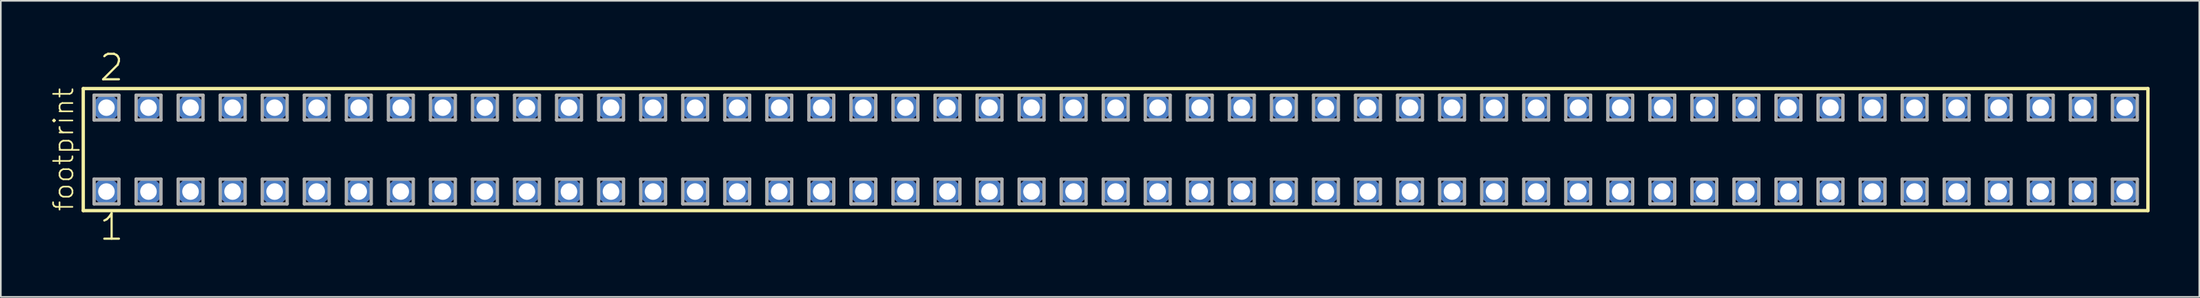
<source format=kicad_pcb>
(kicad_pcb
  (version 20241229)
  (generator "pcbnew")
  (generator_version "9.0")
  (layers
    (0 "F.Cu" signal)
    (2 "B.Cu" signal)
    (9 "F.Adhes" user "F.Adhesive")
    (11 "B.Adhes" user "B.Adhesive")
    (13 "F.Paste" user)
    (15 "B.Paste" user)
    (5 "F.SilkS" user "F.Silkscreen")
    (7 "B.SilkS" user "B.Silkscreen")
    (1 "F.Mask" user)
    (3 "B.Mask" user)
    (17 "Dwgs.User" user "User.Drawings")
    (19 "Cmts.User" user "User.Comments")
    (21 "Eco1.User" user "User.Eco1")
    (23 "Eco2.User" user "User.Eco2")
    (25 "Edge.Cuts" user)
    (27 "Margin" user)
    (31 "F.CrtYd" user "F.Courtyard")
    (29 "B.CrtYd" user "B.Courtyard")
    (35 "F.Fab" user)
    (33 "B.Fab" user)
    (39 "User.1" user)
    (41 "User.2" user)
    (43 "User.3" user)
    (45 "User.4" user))
  (footprint "footprint"
    (layer "F.Cu")
    (at 64.338 6.009)
    (property "Reference" "footprint" (at -62.865 3.81 90) (layer "F.SilkS") (effects (font (size 1.168 1.168) (thickness 0.102)) (justify left bottom)))
    (fp_line (start -62.359 -3.695) (end 62.359 -3.695) (stroke (width 0.203) (type solid)) (layer "F.SilkS"))
    (fp_line (start -62.359 3.695) (end -62.359 -3.695) (stroke (width 0.203) (type solid)) (layer "F.SilkS"))
    (fp_line (start 62.359 -3.695) (end 62.359 3.695) (stroke (width 0.203) (type solid)) (layer "F.SilkS"))
    (fp_line (start 62.359 3.695) (end -62.359 3.695) (stroke (width 0.203) (type solid)) (layer "F.SilkS"))
    (fp_line (start -61.705 -3.295) (end -60.205 -3.295) (stroke (width 0.203) (type solid)) (layer "F.Fab"))
    (fp_line (start -61.705 -1.795) (end -61.705 -3.295) (stroke (width 0.203) (type solid)) (layer "F.Fab"))
    (fp_line (start -61.705 1.785) (end -60.205 1.785) (stroke (width 0.203) (type solid)) (layer "F.Fab"))
    (fp_line (start -61.705 3.285) (end -61.705 1.785) (stroke (width 0.203) (type solid)) (layer "F.Fab"))
    (fp_line (start -60.205 -3.295) (end -60.205 -1.795) (stroke (width 0.203) (type solid)) (layer "F.Fab"))
    (fp_line (start -60.205 -1.795) (end -61.705 -1.795) (stroke (width 0.203) (type solid)) (layer "F.Fab"))
    (fp_line (start -60.205 1.785) (end -60.205 3.285) (stroke (width 0.203) (type solid)) (layer "F.Fab"))
    (fp_line (start -60.205 3.285) (end -61.705 3.285) (stroke (width 0.203) (type solid)) (layer "F.Fab"))
    (fp_line (start -59.165 -3.295) (end -57.665 -3.295) (stroke (width 0.203) (type solid)) (layer "F.Fab"))
    (fp_line (start -59.165 -1.795) (end -59.165 -3.295) (stroke (width 0.203) (type solid)) (layer "F.Fab"))
    (fp_line (start -59.165 1.785) (end -57.665 1.785) (stroke (width 0.203) (type solid)) (layer "F.Fab"))
    (fp_line (start -59.165 3.285) (end -59.165 1.785) (stroke (width 0.203) (type solid)) (layer "F.Fab"))
    (fp_line (start -57.665 -3.295) (end -57.665 -1.795) (stroke (width 0.203) (type solid)) (layer "F.Fab"))
    (fp_line (start -57.665 -1.795) (end -59.165 -1.795) (stroke (width 0.203) (type solid)) (layer "F.Fab"))
    (fp_line (start -57.665 1.785) (end -57.665 3.285) (stroke (width 0.203) (type solid)) (layer "F.Fab"))
    (fp_line (start -57.665 3.285) (end -59.165 3.285) (stroke (width 0.203) (type solid)) (layer "F.Fab"))
    (fp_line (start -56.625 -3.295) (end -55.125 -3.295) (stroke (width 0.203) (type solid)) (layer "F.Fab"))
    (fp_line (start -56.625 -1.795) (end -56.625 -3.295) (stroke (width 0.203) (type solid)) (layer "F.Fab"))
    (fp_line (start -56.625 1.785) (end -55.125 1.785) (stroke (width 0.203) (type solid)) (layer "F.Fab"))
    (fp_line (start -56.625 3.285) (end -56.625 1.785) (stroke (width 0.203) (type solid)) (layer "F.Fab"))
    (fp_line (start -55.125 -3.295) (end -55.125 -1.795) (stroke (width 0.203) (type solid)) (layer "F.Fab"))
    (fp_line (start -55.125 -1.795) (end -56.625 -1.795) (stroke (width 0.203) (type solid)) (layer "F.Fab"))
    (fp_line (start -55.125 1.785) (end -55.125 3.285) (stroke (width 0.203) (type solid)) (layer "F.Fab"))
    (fp_line (start -55.125 3.285) (end -56.625 3.285) (stroke (width 0.203) (type solid)) (layer "F.Fab"))
    (fp_line (start -54.085 -3.295) (end -52.585 -3.295) (stroke (width 0.203) (type solid)) (layer "F.Fab"))
    (fp_line (start -54.085 -1.795) (end -54.085 -3.295) (stroke (width 0.203) (type solid)) (layer "F.Fab"))
    (fp_line (start -54.085 1.785) (end -52.585 1.785) (stroke (width 0.203) (type solid)) (layer "F.Fab"))
    (fp_line (start -54.085 3.285) (end -54.085 1.785) (stroke (width 0.203) (type solid)) (layer "F.Fab"))
    (fp_line (start -52.585 -3.295) (end -52.585 -1.795) (stroke (width 0.203) (type solid)) (layer "F.Fab"))
    (fp_line (start -52.585 -1.795) (end -54.085 -1.795) (stroke (width 0.203) (type solid)) (layer "F.Fab"))
    (fp_line (start -52.585 1.785) (end -52.585 3.285) (stroke (width 0.203) (type solid)) (layer "F.Fab"))
    (fp_line (start -52.585 3.285) (end -54.085 3.285) (stroke (width 0.203) (type solid)) (layer "F.Fab"))
    (fp_line (start -51.545 -3.295) (end -50.045 -3.295) (stroke (width 0.203) (type solid)) (layer "F.Fab"))
    (fp_line (start -51.545 -1.795) (end -51.545 -3.295) (stroke (width 0.203) (type solid)) (layer "F.Fab"))
    (fp_line (start -51.545 1.785) (end -50.045 1.785) (stroke (width 0.203) (type solid)) (layer "F.Fab"))
    (fp_line (start -51.545 3.285) (end -51.545 1.785) (stroke (width 0.203) (type solid)) (layer "F.Fab"))
    (fp_line (start -50.045 -3.295) (end -50.045 -1.795) (stroke (width 0.203) (type solid)) (layer "F.Fab"))
    (fp_line (start -50.045 -1.795) (end -51.545 -1.795) (stroke (width 0.203) (type solid)) (layer "F.Fab"))
    (fp_line (start -50.045 1.785) (end -50.045 3.285) (stroke (width 0.203) (type solid)) (layer "F.Fab"))
    (fp_line (start -50.045 3.285) (end -51.545 3.285) (stroke (width 0.203) (type solid)) (layer "F.Fab"))
    (fp_line (start -49.005 -3.295) (end -47.505 -3.295) (stroke (width 0.203) (type solid)) (layer "F.Fab"))
    (fp_line (start -49.005 -1.795) (end -49.005 -3.295) (stroke (width 0.203) (type solid)) (layer "F.Fab"))
    (fp_line (start -49.005 1.785) (end -47.505 1.785) (stroke (width 0.203) (type solid)) (layer "F.Fab"))
    (fp_line (start -49.005 3.285) (end -49.005 1.785) (stroke (width 0.203) (type solid)) (layer "F.Fab"))
    (fp_line (start -47.505 -3.295) (end -47.505 -1.795) (stroke (width 0.203) (type solid)) (layer "F.Fab"))
    (fp_line (start -47.505 -1.795) (end -49.005 -1.795) (stroke (width 0.203) (type solid)) (layer "F.Fab"))
    (fp_line (start -47.505 1.785) (end -47.505 3.285) (stroke (width 0.203) (type solid)) (layer "F.Fab"))
    (fp_line (start -47.505 3.285) (end -49.005 3.285) (stroke (width 0.203) (type solid)) (layer "F.Fab"))
    (fp_line (start -46.465 -3.295) (end -44.965 -3.295) (stroke (width 0.203) (type solid)) (layer "F.Fab"))
    (fp_line (start -46.465 -1.795) (end -46.465 -3.295) (stroke (width 0.203) (type solid)) (layer "F.Fab"))
    (fp_line (start -46.465 1.785) (end -44.965 1.785) (stroke (width 0.203) (type solid)) (layer "F.Fab"))
    (fp_line (start -46.465 3.285) (end -46.465 1.785) (stroke (width 0.203) (type solid)) (layer "F.Fab"))
    (fp_line (start -44.965 -3.295) (end -44.965 -1.795) (stroke (width 0.203) (type solid)) (layer "F.Fab"))
    (fp_line (start -44.965 -1.795) (end -46.465 -1.795) (stroke (width 0.203) (type solid)) (layer "F.Fab"))
    (fp_line (start -44.965 1.785) (end -44.965 3.285) (stroke (width 0.203) (type solid)) (layer "F.Fab"))
    (fp_line (start -44.965 3.285) (end -46.465 3.285) (stroke (width 0.203) (type solid)) (layer "F.Fab"))
    (fp_line (start -43.925 -3.295) (end -42.425 -3.295) (stroke (width 0.203) (type solid)) (layer "F.Fab"))
    (fp_line (start -43.925 -1.795) (end -43.925 -3.295) (stroke (width 0.203) (type solid)) (layer "F.Fab"))
    (fp_line (start -43.925 1.785) (end -42.425 1.785) (stroke (width 0.203) (type solid)) (layer "F.Fab"))
    (fp_line (start -43.925 3.285) (end -43.925 1.785) (stroke (width 0.203) (type solid)) (layer "F.Fab"))
    (fp_line (start -42.425 -3.295) (end -42.425 -1.795) (stroke (width 0.203) (type solid)) (layer "F.Fab"))
    (fp_line (start -42.425 -1.795) (end -43.925 -1.795) (stroke (width 0.203) (type solid)) (layer "F.Fab"))
    (fp_line (start -42.425 1.785) (end -42.425 3.285) (stroke (width 0.203) (type solid)) (layer "F.Fab"))
    (fp_line (start -42.425 3.285) (end -43.925 3.285) (stroke (width 0.203) (type solid)) (layer "F.Fab"))
    (fp_line (start -41.385 -3.295) (end -39.885 -3.295) (stroke (width 0.203) (type solid)) (layer "F.Fab"))
    (fp_line (start -41.385 -1.795) (end -41.385 -3.295) (stroke (width 0.203) (type solid)) (layer "F.Fab"))
    (fp_line (start -41.385 1.785) (end -39.885 1.785) (stroke (width 0.203) (type solid)) (layer "F.Fab"))
    (fp_line (start -41.385 3.285) (end -41.385 1.785) (stroke (width 0.203) (type solid)) (layer "F.Fab"))
    (fp_line (start -39.885 -3.295) (end -39.885 -1.795) (stroke (width 0.203) (type solid)) (layer "F.Fab"))
    (fp_line (start -39.885 -1.795) (end -41.385 -1.795) (stroke (width 0.203) (type solid)) (layer "F.Fab"))
    (fp_line (start -39.885 1.785) (end -39.885 3.285) (stroke (width 0.203) (type solid)) (layer "F.Fab"))
    (fp_line (start -39.885 3.285) (end -41.385 3.285) (stroke (width 0.203) (type solid)) (layer "F.Fab"))
    (fp_line (start -38.845 -3.295) (end -37.345 -3.295) (stroke (width 0.203) (type solid)) (layer "F.Fab"))
    (fp_line (start -38.845 -1.795) (end -38.845 -3.295) (stroke (width 0.203) (type solid)) (layer "F.Fab"))
    (fp_line (start -38.845 1.785) (end -37.345 1.785) (stroke (width 0.203) (type solid)) (layer "F.Fab"))
    (fp_line (start -38.845 3.285) (end -38.845 1.785) (stroke (width 0.203) (type solid)) (layer "F.Fab"))
    (fp_line (start -37.345 -3.295) (end -37.345 -1.795) (stroke (width 0.203) (type solid)) (layer "F.Fab"))
    (fp_line (start -37.345 -1.795) (end -38.845 -1.795) (stroke (width 0.203) (type solid)) (layer "F.Fab"))
    (fp_line (start -37.345 1.785) (end -37.345 3.285) (stroke (width 0.203) (type solid)) (layer "F.Fab"))
    (fp_line (start -37.345 3.285) (end -38.845 3.285) (stroke (width 0.203) (type solid)) (layer "F.Fab"))
    (fp_line (start -36.305 -3.295) (end -34.805 -3.295) (stroke (width 0.203) (type solid)) (layer "F.Fab"))
    (fp_line (start -36.305 -1.795) (end -36.305 -3.295) (stroke (width 0.203) (type solid)) (layer "F.Fab"))
    (fp_line (start -36.305 1.785) (end -34.805 1.785) (stroke (width 0.203) (type solid)) (layer "F.Fab"))
    (fp_line (start -36.305 3.285) (end -36.305 1.785) (stroke (width 0.203) (type solid)) (layer "F.Fab"))
    (fp_line (start -34.805 -3.295) (end -34.805 -1.795) (stroke (width 0.203) (type solid)) (layer "F.Fab"))
    (fp_line (start -34.805 -1.795) (end -36.305 -1.795) (stroke (width 0.203) (type solid)) (layer "F.Fab"))
    (fp_line (start -34.805 1.785) (end -34.805 3.285) (stroke (width 0.203) (type solid)) (layer "F.Fab"))
    (fp_line (start -34.805 3.285) (end -36.305 3.285) (stroke (width 0.203) (type solid)) (layer "F.Fab"))
    (fp_line (start -33.765 -3.295) (end -32.265 -3.295) (stroke (width 0.203) (type solid)) (layer "F.Fab"))
    (fp_line (start -33.765 -1.795) (end -33.765 -3.295) (stroke (width 0.203) (type solid)) (layer "F.Fab"))
    (fp_line (start -33.765 1.785) (end -32.265 1.785) (stroke (width 0.203) (type solid)) (layer "F.Fab"))
    (fp_line (start -33.765 3.285) (end -33.765 1.785) (stroke (width 0.203) (type solid)) (layer "F.Fab"))
    (fp_line (start -32.265 -3.295) (end -32.265 -1.795) (stroke (width 0.203) (type solid)) (layer "F.Fab"))
    (fp_line (start -32.265 -1.795) (end -33.765 -1.795) (stroke (width 0.203) (type solid)) (layer "F.Fab"))
    (fp_line (start -32.265 1.785) (end -32.265 3.285) (stroke (width 0.203) (type solid)) (layer "F.Fab"))
    (fp_line (start -32.265 3.285) (end -33.765 3.285) (stroke (width 0.203) (type solid)) (layer "F.Fab"))
    (fp_line (start -31.225 -3.295) (end -29.725 -3.295) (stroke (width 0.203) (type solid)) (layer "F.Fab"))
    (fp_line (start -31.225 -1.795) (end -31.225 -3.295) (stroke (width 0.203) (type solid)) (layer "F.Fab"))
    (fp_line (start -31.225 1.785) (end -29.725 1.785) (stroke (width 0.203) (type solid)) (layer "F.Fab"))
    (fp_line (start -31.225 3.285) (end -31.225 1.785) (stroke (width 0.203) (type solid)) (layer "F.Fab"))
    (fp_line (start -29.725 -3.295) (end -29.725 -1.795) (stroke (width 0.203) (type solid)) (layer "F.Fab"))
    (fp_line (start -29.725 -1.795) (end -31.225 -1.795) (stroke (width 0.203) (type solid)) (layer "F.Fab"))
    (fp_line (start -29.725 1.785) (end -29.725 3.285) (stroke (width 0.203) (type solid)) (layer "F.Fab"))
    (fp_line (start -29.725 3.285) (end -31.225 3.285) (stroke (width 0.203) (type solid)) (layer "F.Fab"))
    (fp_line (start -28.685 -3.295) (end -27.185 -3.295) (stroke (width 0.203) (type solid)) (layer "F.Fab"))
    (fp_line (start -28.685 -1.795) (end -28.685 -3.295) (stroke (width 0.203) (type solid)) (layer "F.Fab"))
    (fp_line (start -28.685 1.785) (end -27.185 1.785) (stroke (width 0.203) (type solid)) (layer "F.Fab"))
    (fp_line (start -28.685 3.285) (end -28.685 1.785) (stroke (width 0.203) (type solid)) (layer "F.Fab"))
    (fp_line (start -27.185 -3.295) (end -27.185 -1.795) (stroke (width 0.203) (type solid)) (layer "F.Fab"))
    (fp_line (start -27.185 -1.795) (end -28.685 -1.795) (stroke (width 0.203) (type solid)) (layer "F.Fab"))
    (fp_line (start -27.185 1.785) (end -27.185 3.285) (stroke (width 0.203) (type solid)) (layer "F.Fab"))
    (fp_line (start -27.185 3.285) (end -28.685 3.285) (stroke (width 0.203) (type solid)) (layer "F.Fab"))
    (fp_line (start -26.145 -3.295) (end -24.645 -3.295) (stroke (width 0.203) (type solid)) (layer "F.Fab"))
    (fp_line (start -26.145 -1.795) (end -26.145 -3.295) (stroke (width 0.203) (type solid)) (layer "F.Fab"))
    (fp_line (start -26.145 1.785) (end -24.645 1.785) (stroke (width 0.203) (type solid)) (layer "F.Fab"))
    (fp_line (start -26.145 3.285) (end -26.145 1.785) (stroke (width 0.203) (type solid)) (layer "F.Fab"))
    (fp_line (start -24.645 -3.295) (end -24.645 -1.795) (stroke (width 0.203) (type solid)) (layer "F.Fab"))
    (fp_line (start -24.645 -1.795) (end -26.145 -1.795) (stroke (width 0.203) (type solid)) (layer "F.Fab"))
    (fp_line (start -24.645 1.785) (end -24.645 3.285) (stroke (width 0.203) (type solid)) (layer "F.Fab"))
    (fp_line (start -24.645 3.285) (end -26.145 3.285) (stroke (width 0.203) (type solid)) (layer "F.Fab"))
    (fp_line (start -23.605 -3.295) (end -22.105 -3.295) (stroke (width 0.203) (type solid)) (layer "F.Fab"))
    (fp_line (start -23.605 -1.795) (end -23.605 -3.295) (stroke (width 0.203) (type solid)) (layer "F.Fab"))
    (fp_line (start -23.605 1.785) (end -22.105 1.785) (stroke (width 0.203) (type solid)) (layer "F.Fab"))
    (fp_line (start -23.605 3.285) (end -23.605 1.785) (stroke (width 0.203) (type solid)) (layer "F.Fab"))
    (fp_line (start -22.105 -3.295) (end -22.105 -1.795) (stroke (width 0.203) (type solid)) (layer "F.Fab"))
    (fp_line (start -22.105 -1.795) (end -23.605 -1.795) (stroke (width 0.203) (type solid)) (layer "F.Fab"))
    (fp_line (start -22.105 1.785) (end -22.105 3.285) (stroke (width 0.203) (type solid)) (layer "F.Fab"))
    (fp_line (start -22.105 3.285) (end -23.605 3.285) (stroke (width 0.203) (type solid)) (layer "F.Fab"))
    (fp_line (start -21.065 -3.295) (end -19.565 -3.295) (stroke (width 0.203) (type solid)) (layer "F.Fab"))
    (fp_line (start -21.065 -1.795) (end -21.065 -3.295) (stroke (width 0.203) (type solid)) (layer "F.Fab"))
    (fp_line (start -21.065 1.785) (end -19.565 1.785) (stroke (width 0.203) (type solid)) (layer "F.Fab"))
    (fp_line (start -21.065 3.285) (end -21.065 1.785) (stroke (width 0.203) (type solid)) (layer "F.Fab"))
    (fp_line (start -19.565 -3.295) (end -19.565 -1.795) (stroke (width 0.203) (type solid)) (layer "F.Fab"))
    (fp_line (start -19.565 -1.795) (end -21.065 -1.795) (stroke (width 0.203) (type solid)) (layer "F.Fab"))
    (fp_line (start -19.565 1.785) (end -19.565 3.285) (stroke (width 0.203) (type solid)) (layer "F.Fab"))
    (fp_line (start -19.565 3.285) (end -21.065 3.285) (stroke (width 0.203) (type solid)) (layer "F.Fab"))
    (fp_line (start -18.525 -3.295) (end -17.025 -3.295) (stroke (width 0.203) (type solid)) (layer "F.Fab"))
    (fp_line (start -18.525 -1.795) (end -18.525 -3.295) (stroke (width 0.203) (type solid)) (layer "F.Fab"))
    (fp_line (start -18.525 1.785) (end -17.025 1.785) (stroke (width 0.203) (type solid)) (layer "F.Fab"))
    (fp_line (start -18.525 3.285) (end -18.525 1.785) (stroke (width 0.203) (type solid)) (layer "F.Fab"))
    (fp_line (start -17.025 -3.295) (end -17.025 -1.795) (stroke (width 0.203) (type solid)) (layer "F.Fab"))
    (fp_line (start -17.025 -1.795) (end -18.525 -1.795) (stroke (width 0.203) (type solid)) (layer "F.Fab"))
    (fp_line (start -17.025 1.785) (end -17.025 3.285) (stroke (width 0.203) (type solid)) (layer "F.Fab"))
    (fp_line (start -17.025 3.285) (end -18.525 3.285) (stroke (width 0.203) (type solid)) (layer "F.Fab"))
    (fp_line (start -15.985 -3.295) (end -14.485 -3.295) (stroke (width 0.203) (type solid)) (layer "F.Fab"))
    (fp_line (start -15.985 -1.795) (end -15.985 -3.295) (stroke (width 0.203) (type solid)) (layer "F.Fab"))
    (fp_line (start -15.985 1.785) (end -14.485 1.785) (stroke (width 0.203) (type solid)) (layer "F.Fab"))
    (fp_line (start -15.985 3.285) (end -15.985 1.785) (stroke (width 0.203) (type solid)) (layer "F.Fab"))
    (fp_line (start -14.485 -3.295) (end -14.485 -1.795) (stroke (width 0.203) (type solid)) (layer "F.Fab"))
    (fp_line (start -14.485 -1.795) (end -15.985 -1.795) (stroke (width 0.203) (type solid)) (layer "F.Fab"))
    (fp_line (start -14.485 1.785) (end -14.485 3.285) (stroke (width 0.203) (type solid)) (layer "F.Fab"))
    (fp_line (start -14.485 3.285) (end -15.985 3.285) (stroke (width 0.203) (type solid)) (layer "F.Fab"))
    (fp_line (start -13.445 -3.295) (end -11.945 -3.295) (stroke (width 0.203) (type solid)) (layer "F.Fab"))
    (fp_line (start -13.445 -1.795) (end -13.445 -3.295) (stroke (width 0.203) (type solid)) (layer "F.Fab"))
    (fp_line (start -13.445 1.785) (end -11.945 1.785) (stroke (width 0.203) (type solid)) (layer "F.Fab"))
    (fp_line (start -13.445 3.285) (end -13.445 1.785) (stroke (width 0.203) (type solid)) (layer "F.Fab"))
    (fp_line (start -11.945 -3.295) (end -11.945 -1.795) (stroke (width 0.203) (type solid)) (layer "F.Fab"))
    (fp_line (start -11.945 -1.795) (end -13.445 -1.795) (stroke (width 0.203) (type solid)) (layer "F.Fab"))
    (fp_line (start -11.945 1.785) (end -11.945 3.285) (stroke (width 0.203) (type solid)) (layer "F.Fab"))
    (fp_line (start -11.945 3.285) (end -13.445 3.285) (stroke (width 0.203) (type solid)) (layer "F.Fab"))
    (fp_line (start -10.905 -3.295) (end -9.405 -3.295) (stroke (width 0.203) (type solid)) (layer "F.Fab"))
    (fp_line (start -10.905 -1.795) (end -10.905 -3.295) (stroke (width 0.203) (type solid)) (layer "F.Fab"))
    (fp_line (start -10.905 1.785) (end -9.405 1.785) (stroke (width 0.203) (type solid)) (layer "F.Fab"))
    (fp_line (start -10.905 3.285) (end -10.905 1.785) (stroke (width 0.203) (type solid)) (layer "F.Fab"))
    (fp_line (start -9.405 -3.295) (end -9.405 -1.795) (stroke (width 0.203) (type solid)) (layer "F.Fab"))
    (fp_line (start -9.405 -1.795) (end -10.905 -1.795) (stroke (width 0.203) (type solid)) (layer "F.Fab"))
    (fp_line (start -9.405 1.785) (end -9.405 3.285) (stroke (width 0.203) (type solid)) (layer "F.Fab"))
    (fp_line (start -9.405 3.285) (end -10.905 3.285) (stroke (width 0.203) (type solid)) (layer "F.Fab"))
    (fp_line (start -8.365 -3.295) (end -6.865 -3.295) (stroke (width 0.203) (type solid)) (layer "F.Fab"))
    (fp_line (start -8.365 -1.795) (end -8.365 -3.295) (stroke (width 0.203) (type solid)) (layer "F.Fab"))
    (fp_line (start -8.365 1.785) (end -6.865 1.785) (stroke (width 0.203) (type solid)) (layer "F.Fab"))
    (fp_line (start -8.365 3.285) (end -8.365 1.785) (stroke (width 0.203) (type solid)) (layer "F.Fab"))
    (fp_line (start -6.865 -3.295) (end -6.865 -1.795) (stroke (width 0.203) (type solid)) (layer "F.Fab"))
    (fp_line (start -6.865 -1.795) (end -8.365 -1.795) (stroke (width 0.203) (type solid)) (layer "F.Fab"))
    (fp_line (start -6.865 1.785) (end -6.865 3.285) (stroke (width 0.203) (type solid)) (layer "F.Fab"))
    (fp_line (start -6.865 3.285) (end -8.365 3.285) (stroke (width 0.203) (type solid)) (layer "F.Fab"))
    (fp_line (start -5.825 -3.295) (end -4.325 -3.295) (stroke (width 0.203) (type solid)) (layer "F.Fab"))
    (fp_line (start -5.825 -1.795) (end -5.825 -3.295) (stroke (width 0.203) (type solid)) (layer "F.Fab"))
    (fp_line (start -5.825 1.785) (end -4.325 1.785) (stroke (width 0.203) (type solid)) (layer "F.Fab"))
    (fp_line (start -5.825 3.285) (end -5.825 1.785) (stroke (width 0.203) (type solid)) (layer "F.Fab"))
    (fp_line (start -4.325 -3.295) (end -4.325 -1.795) (stroke (width 0.203) (type solid)) (layer "F.Fab"))
    (fp_line (start -4.325 -1.795) (end -5.825 -1.795) (stroke (width 0.203) (type solid)) (layer "F.Fab"))
    (fp_line (start -4.325 1.785) (end -4.325 3.285) (stroke (width 0.203) (type solid)) (layer "F.Fab"))
    (fp_line (start -4.325 3.285) (end -5.825 3.285) (stroke (width 0.203) (type solid)) (layer "F.Fab"))
    (fp_line (start -3.285 -3.295) (end -1.785 -3.295) (stroke (width 0.203) (type solid)) (layer "F.Fab"))
    (fp_line (start -3.285 -1.795) (end -3.285 -3.295) (stroke (width 0.203) (type solid)) (layer "F.Fab"))
    (fp_line (start -3.285 1.785) (end -1.785 1.785) (stroke (width 0.203) (type solid)) (layer "F.Fab"))
    (fp_line (start -3.285 3.285) (end -3.285 1.785) (stroke (width 0.203) (type solid)) (layer "F.Fab"))
    (fp_line (start -1.785 -3.295) (end -1.785 -1.795) (stroke (width 0.203) (type solid)) (layer "F.Fab"))
    (fp_line (start -1.785 -1.795) (end -3.285 -1.795) (stroke (width 0.203) (type solid)) (layer "F.Fab"))
    (fp_line (start -1.785 1.785) (end -1.785 3.285) (stroke (width 0.203) (type solid)) (layer "F.Fab"))
    (fp_line (start -1.785 3.285) (end -3.285 3.285) (stroke (width 0.203) (type solid)) (layer "F.Fab"))
    (fp_line (start -0.745 -3.295) (end 0.755 -3.295) (stroke (width 0.203) (type solid)) (layer "F.Fab"))
    (fp_line (start -0.745 -1.795) (end -0.745 -3.295) (stroke (width 0.203) (type solid)) (layer "F.Fab"))
    (fp_line (start -0.745 1.785) (end 0.755 1.785) (stroke (width 0.203) (type solid)) (layer "F.Fab"))
    (fp_line (start -0.745 3.285) (end -0.745 1.785) (stroke (width 0.203) (type solid)) (layer "F.Fab"))
    (fp_line (start 0.755 -3.295) (end 0.755 -1.795) (stroke (width 0.203) (type solid)) (layer "F.Fab"))
    (fp_line (start 0.755 -1.795) (end -0.745 -1.795) (stroke (width 0.203) (type solid)) (layer "F.Fab"))
    (fp_line (start 0.755 1.785) (end 0.755 3.285) (stroke (width 0.203) (type solid)) (layer "F.Fab"))
    (fp_line (start 0.755 3.285) (end -0.745 3.285) (stroke (width 0.203) (type solid)) (layer "F.Fab"))
    (fp_line (start 1.795 -3.295) (end 3.295 -3.295) (stroke (width 0.203) (type solid)) (layer "F.Fab"))
    (fp_line (start 1.795 -1.795) (end 1.795 -3.295) (stroke (width 0.203) (type solid)) (layer "F.Fab"))
    (fp_line (start 1.795 1.785) (end 3.295 1.785) (stroke (width 0.203) (type solid)) (layer "F.Fab"))
    (fp_line (start 1.795 3.285) (end 1.795 1.785) (stroke (width 0.203) (type solid)) (layer "F.Fab"))
    (fp_line (start 3.295 -3.295) (end 3.295 -1.795) (stroke (width 0.203) (type solid)) (layer "F.Fab"))
    (fp_line (start 3.295 -1.795) (end 1.795 -1.795) (stroke (width 0.203) (type solid)) (layer "F.Fab"))
    (fp_line (start 3.295 1.785) (end 3.295 3.285) (stroke (width 0.203) (type solid)) (layer "F.Fab"))
    (fp_line (start 3.295 3.285) (end 1.795 3.285) (stroke (width 0.203) (type solid)) (layer "F.Fab"))
    (fp_line (start 4.335 -3.295) (end 5.835 -3.295) (stroke (width 0.203) (type solid)) (layer "F.Fab"))
    (fp_line (start 4.335 -1.795) (end 4.335 -3.295) (stroke (width 0.203) (type solid)) (layer "F.Fab"))
    (fp_line (start 4.335 1.785) (end 5.835 1.785) (stroke (width 0.203) (type solid)) (layer "F.Fab"))
    (fp_line (start 4.335 3.285) (end 4.335 1.785) (stroke (width 0.203) (type solid)) (layer "F.Fab"))
    (fp_line (start 5.835 -3.295) (end 5.835 -1.795) (stroke (width 0.203) (type solid)) (layer "F.Fab"))
    (fp_line (start 5.835 -1.795) (end 4.335 -1.795) (stroke (width 0.203) (type solid)) (layer "F.Fab"))
    (fp_line (start 5.835 1.785) (end 5.835 3.285) (stroke (width 0.203) (type solid)) (layer "F.Fab"))
    (fp_line (start 5.835 3.285) (end 4.335 3.285) (stroke (width 0.203) (type solid)) (layer "F.Fab"))
    (fp_line (start 6.875 -3.295) (end 8.375 -3.295) (stroke (width 0.203) (type solid)) (layer "F.Fab"))
    (fp_line (start 6.875 -1.795) (end 6.875 -3.295) (stroke (width 0.203) (type solid)) (layer "F.Fab"))
    (fp_line (start 6.875 1.785) (end 8.375 1.785) (stroke (width 0.203) (type solid)) (layer "F.Fab"))
    (fp_line (start 6.875 3.285) (end 6.875 1.785) (stroke (width 0.203) (type solid)) (layer "F.Fab"))
    (fp_line (start 8.375 -3.295) (end 8.375 -1.795) (stroke (width 0.203) (type solid)) (layer "F.Fab"))
    (fp_line (start 8.375 -1.795) (end 6.875 -1.795) (stroke (width 0.203) (type solid)) (layer "F.Fab"))
    (fp_line (start 8.375 1.785) (end 8.375 3.285) (stroke (width 0.203) (type solid)) (layer "F.Fab"))
    (fp_line (start 8.375 3.285) (end 6.875 3.285) (stroke (width 0.203) (type solid)) (layer "F.Fab"))
    (fp_line (start 9.415 -3.295) (end 10.915 -3.295) (stroke (width 0.203) (type solid)) (layer "F.Fab"))
    (fp_line (start 9.415 -1.795) (end 9.415 -3.295) (stroke (width 0.203) (type solid)) (layer "F.Fab"))
    (fp_line (start 9.415 1.785) (end 10.915 1.785) (stroke (width 0.203) (type solid)) (layer "F.Fab"))
    (fp_line (start 9.415 3.285) (end 9.415 1.785) (stroke (width 0.203) (type solid)) (layer "F.Fab"))
    (fp_line (start 10.915 -3.295) (end 10.915 -1.795) (stroke (width 0.203) (type solid)) (layer "F.Fab"))
    (fp_line (start 10.915 -1.795) (end 9.415 -1.795) (stroke (width 0.203) (type solid)) (layer "F.Fab"))
    (fp_line (start 10.915 1.785) (end 10.915 3.285) (stroke (width 0.203) (type solid)) (layer "F.Fab"))
    (fp_line (start 10.915 3.285) (end 9.415 3.285) (stroke (width 0.203) (type solid)) (layer "F.Fab"))
    (fp_line (start 11.955 -3.295) (end 13.455 -3.295) (stroke (width 0.203) (type solid)) (layer "F.Fab"))
    (fp_line (start 11.955 -1.795) (end 11.955 -3.295) (stroke (width 0.203) (type solid)) (layer "F.Fab"))
    (fp_line (start 11.955 1.785) (end 13.455 1.785) (stroke (width 0.203) (type solid)) (layer "F.Fab"))
    (fp_line (start 11.955 3.285) (end 11.955 1.785) (stroke (width 0.203) (type solid)) (layer "F.Fab"))
    (fp_line (start 13.455 -3.295) (end 13.455 -1.795) (stroke (width 0.203) (type solid)) (layer "F.Fab"))
    (fp_line (start 13.455 -1.795) (end 11.955 -1.795) (stroke (width 0.203) (type solid)) (layer "F.Fab"))
    (fp_line (start 13.455 1.785) (end 13.455 3.285) (stroke (width 0.203) (type solid)) (layer "F.Fab"))
    (fp_line (start 13.455 3.285) (end 11.955 3.285) (stroke (width 0.203) (type solid)) (layer "F.Fab"))
    (fp_line (start 14.495 -3.295) (end 15.995 -3.295) (stroke (width 0.203) (type solid)) (layer "F.Fab"))
    (fp_line (start 14.495 -1.795) (end 14.495 -3.295) (stroke (width 0.203) (type solid)) (layer "F.Fab"))
    (fp_line (start 14.495 1.785) (end 15.995 1.785) (stroke (width 0.203) (type solid)) (layer "F.Fab"))
    (fp_line (start 14.495 3.285) (end 14.495 1.785) (stroke (width 0.203) (type solid)) (layer "F.Fab"))
    (fp_line (start 15.995 -3.295) (end 15.995 -1.795) (stroke (width 0.203) (type solid)) (layer "F.Fab"))
    (fp_line (start 15.995 -1.795) (end 14.495 -1.795) (stroke (width 0.203) (type solid)) (layer "F.Fab"))
    (fp_line (start 15.995 1.785) (end 15.995 3.285) (stroke (width 0.203) (type solid)) (layer "F.Fab"))
    (fp_line (start 15.995 3.285) (end 14.495 3.285) (stroke (width 0.203) (type solid)) (layer "F.Fab"))
    (fp_line (start 17.035 -3.295) (end 18.535 -3.295) (stroke (width 0.203) (type solid)) (layer "F.Fab"))
    (fp_line (start 17.035 -1.795) (end 17.035 -3.295) (stroke (width 0.203) (type solid)) (layer "F.Fab"))
    (fp_line (start 17.035 1.785) (end 18.535 1.785) (stroke (width 0.203) (type solid)) (layer "F.Fab"))
    (fp_line (start 17.035 3.285) (end 17.035 1.785) (stroke (width 0.203) (type solid)) (layer "F.Fab"))
    (fp_line (start 18.535 -3.295) (end 18.535 -1.795) (stroke (width 0.203) (type solid)) (layer "F.Fab"))
    (fp_line (start 18.535 -1.795) (end 17.035 -1.795) (stroke (width 0.203) (type solid)) (layer "F.Fab"))
    (fp_line (start 18.535 1.785) (end 18.535 3.285) (stroke (width 0.203) (type solid)) (layer "F.Fab"))
    (fp_line (start 18.535 3.285) (end 17.035 3.285) (stroke (width 0.203) (type solid)) (layer "F.Fab"))
    (fp_line (start 19.575 -3.295) (end 21.075 -3.295) (stroke (width 0.203) (type solid)) (layer "F.Fab"))
    (fp_line (start 19.575 -1.795) (end 19.575 -3.295) (stroke (width 0.203) (type solid)) (layer "F.Fab"))
    (fp_line (start 19.575 1.785) (end 21.075 1.785) (stroke (width 0.203) (type solid)) (layer "F.Fab"))
    (fp_line (start 19.575 3.285) (end 19.575 1.785) (stroke (width 0.203) (type solid)) (layer "F.Fab"))
    (fp_line (start 21.075 -3.295) (end 21.075 -1.795) (stroke (width 0.203) (type solid)) (layer "F.Fab"))
    (fp_line (start 21.075 -1.795) (end 19.575 -1.795) (stroke (width 0.203) (type solid)) (layer "F.Fab"))
    (fp_line (start 21.075 1.785) (end 21.075 3.285) (stroke (width 0.203) (type solid)) (layer "F.Fab"))
    (fp_line (start 21.075 3.285) (end 19.575 3.285) (stroke (width 0.203) (type solid)) (layer "F.Fab"))
    (fp_line (start 22.115 -3.295) (end 23.615 -3.295) (stroke (width 0.203) (type solid)) (layer "F.Fab"))
    (fp_line (start 22.115 -1.795) (end 22.115 -3.295) (stroke (width 0.203) (type solid)) (layer "F.Fab"))
    (fp_line (start 22.115 1.785) (end 23.615 1.785) (stroke (width 0.203) (type solid)) (layer "F.Fab"))
    (fp_line (start 22.115 3.285) (end 22.115 1.785) (stroke (width 0.203) (type solid)) (layer "F.Fab"))
    (fp_line (start 23.615 -3.295) (end 23.615 -1.795) (stroke (width 0.203) (type solid)) (layer "F.Fab"))
    (fp_line (start 23.615 -1.795) (end 22.115 -1.795) (stroke (width 0.203) (type solid)) (layer "F.Fab"))
    (fp_line (start 23.615 1.785) (end 23.615 3.285) (stroke (width 0.203) (type solid)) (layer "F.Fab"))
    (fp_line (start 23.615 3.285) (end 22.115 3.285) (stroke (width 0.203) (type solid)) (layer "F.Fab"))
    (fp_line (start 24.655 -3.295) (end 26.155 -3.295) (stroke (width 0.203) (type solid)) (layer "F.Fab"))
    (fp_line (start 24.655 -1.795) (end 24.655 -3.295) (stroke (width 0.203) (type solid)) (layer "F.Fab"))
    (fp_line (start 24.655 1.785) (end 26.155 1.785) (stroke (width 0.203) (type solid)) (layer "F.Fab"))
    (fp_line (start 24.655 3.285) (end 24.655 1.785) (stroke (width 0.203) (type solid)) (layer "F.Fab"))
    (fp_line (start 26.155 -3.295) (end 26.155 -1.795) (stroke (width 0.203) (type solid)) (layer "F.Fab"))
    (fp_line (start 26.155 -1.795) (end 24.655 -1.795) (stroke (width 0.203) (type solid)) (layer "F.Fab"))
    (fp_line (start 26.155 1.785) (end 26.155 3.285) (stroke (width 0.203) (type solid)) (layer "F.Fab"))
    (fp_line (start 26.155 3.285) (end 24.655 3.285) (stroke (width 0.203) (type solid)) (layer "F.Fab"))
    (fp_line (start 27.195 -3.295) (end 28.695 -3.295) (stroke (width 0.203) (type solid)) (layer "F.Fab"))
    (fp_line (start 27.195 -1.795) (end 27.195 -3.295) (stroke (width 0.203) (type solid)) (layer "F.Fab"))
    (fp_line (start 27.195 1.785) (end 28.695 1.785) (stroke (width 0.203) (type solid)) (layer "F.Fab"))
    (fp_line (start 27.195 3.285) (end 27.195 1.785) (stroke (width 0.203) (type solid)) (layer "F.Fab"))
    (fp_line (start 28.695 -3.295) (end 28.695 -1.795) (stroke (width 0.203) (type solid)) (layer "F.Fab"))
    (fp_line (start 28.695 -1.795) (end 27.195 -1.795) (stroke (width 0.203) (type solid)) (layer "F.Fab"))
    (fp_line (start 28.695 1.785) (end 28.695 3.285) (stroke (width 0.203) (type solid)) (layer "F.Fab"))
    (fp_line (start 28.695 3.285) (end 27.195 3.285) (stroke (width 0.203) (type solid)) (layer "F.Fab"))
    (fp_line (start 29.735 -3.295) (end 31.235 -3.295) (stroke (width 0.203) (type solid)) (layer "F.Fab"))
    (fp_line (start 29.735 -1.795) (end 29.735 -3.295) (stroke (width 0.203) (type solid)) (layer "F.Fab"))
    (fp_line (start 29.735 1.785) (end 31.235 1.785) (stroke (width 0.203) (type solid)) (layer "F.Fab"))
    (fp_line (start 29.735 3.285) (end 29.735 1.785) (stroke (width 0.203) (type solid)) (layer "F.Fab"))
    (fp_line (start 31.235 -3.295) (end 31.235 -1.795) (stroke (width 0.203) (type solid)) (layer "F.Fab"))
    (fp_line (start 31.235 -1.795) (end 29.735 -1.795) (stroke (width 0.203) (type solid)) (layer "F.Fab"))
    (fp_line (start 31.235 1.785) (end 31.235 3.285) (stroke (width 0.203) (type solid)) (layer "F.Fab"))
    (fp_line (start 31.235 3.285) (end 29.735 3.285) (stroke (width 0.203) (type solid)) (layer "F.Fab"))
    (fp_line (start 32.275 -3.295) (end 33.775 -3.295) (stroke (width 0.203) (type solid)) (layer "F.Fab"))
    (fp_line (start 32.275 -1.795) (end 32.275 -3.295) (stroke (width 0.203) (type solid)) (layer "F.Fab"))
    (fp_line (start 32.275 1.785) (end 33.775 1.785) (stroke (width 0.203) (type solid)) (layer "F.Fab"))
    (fp_line (start 32.275 3.285) (end 32.275 1.785) (stroke (width 0.203) (type solid)) (layer "F.Fab"))
    (fp_line (start 33.775 -3.295) (end 33.775 -1.795) (stroke (width 0.203) (type solid)) (layer "F.Fab"))
    (fp_line (start 33.775 -1.795) (end 32.275 -1.795) (stroke (width 0.203) (type solid)) (layer "F.Fab"))
    (fp_line (start 33.775 1.785) (end 33.775 3.285) (stroke (width 0.203) (type solid)) (layer "F.Fab"))
    (fp_line (start 33.775 3.285) (end 32.275 3.285) (stroke (width 0.203) (type solid)) (layer "F.Fab"))
    (fp_line (start 34.815 -3.295) (end 36.315 -3.295) (stroke (width 0.203) (type solid)) (layer "F.Fab"))
    (fp_line (start 34.815 -1.795) (end 34.815 -3.295) (stroke (width 0.203) (type solid)) (layer "F.Fab"))
    (fp_line (start 34.815 1.785) (end 36.315 1.785) (stroke (width 0.203) (type solid)) (layer "F.Fab"))
    (fp_line (start 34.815 3.285) (end 34.815 1.785) (stroke (width 0.203) (type solid)) (layer "F.Fab"))
    (fp_line (start 36.315 -3.295) (end 36.315 -1.795) (stroke (width 0.203) (type solid)) (layer "F.Fab"))
    (fp_line (start 36.315 -1.795) (end 34.815 -1.795) (stroke (width 0.203) (type solid)) (layer "F.Fab"))
    (fp_line (start 36.315 1.785) (end 36.315 3.285) (stroke (width 0.203) (type solid)) (layer "F.Fab"))
    (fp_line (start 36.315 3.285) (end 34.815 3.285) (stroke (width 0.203) (type solid)) (layer "F.Fab"))
    (fp_line (start 37.355 -3.295) (end 38.855 -3.295) (stroke (width 0.203) (type solid)) (layer "F.Fab"))
    (fp_line (start 37.355 -1.795) (end 37.355 -3.295) (stroke (width 0.203) (type solid)) (layer "F.Fab"))
    (fp_line (start 37.355 1.785) (end 38.855 1.785) (stroke (width 0.203) (type solid)) (layer "F.Fab"))
    (fp_line (start 37.355 3.285) (end 37.355 1.785) (stroke (width 0.203) (type solid)) (layer "F.Fab"))
    (fp_line (start 38.855 -3.295) (end 38.855 -1.795) (stroke (width 0.203) (type solid)) (layer "F.Fab"))
    (fp_line (start 38.855 -1.795) (end 37.355 -1.795) (stroke (width 0.203) (type solid)) (layer "F.Fab"))
    (fp_line (start 38.855 1.785) (end 38.855 3.285) (stroke (width 0.203) (type solid)) (layer "F.Fab"))
    (fp_line (start 38.855 3.285) (end 37.355 3.285) (stroke (width 0.203) (type solid)) (layer "F.Fab"))
    (fp_line (start 39.895 -3.295) (end 41.395 -3.295) (stroke (width 0.203) (type solid)) (layer "F.Fab"))
    (fp_line (start 39.895 -1.795) (end 39.895 -3.295) (stroke (width 0.203) (type solid)) (layer "F.Fab"))
    (fp_line (start 39.895 1.785) (end 41.395 1.785) (stroke (width 0.203) (type solid)) (layer "F.Fab"))
    (fp_line (start 39.895 3.285) (end 39.895 1.785) (stroke (width 0.203) (type solid)) (layer "F.Fab"))
    (fp_line (start 41.395 -3.295) (end 41.395 -1.795) (stroke (width 0.203) (type solid)) (layer "F.Fab"))
    (fp_line (start 41.395 -1.795) (end 39.895 -1.795) (stroke (width 0.203) (type solid)) (layer "F.Fab"))
    (fp_line (start 41.395 1.785) (end 41.395 3.285) (stroke (width 0.203) (type solid)) (layer "F.Fab"))
    (fp_line (start 41.395 3.285) (end 39.895 3.285) (stroke (width 0.203) (type solid)) (layer "F.Fab"))
    (fp_line (start 42.435 -3.295) (end 43.935 -3.295) (stroke (width 0.203) (type solid)) (layer "F.Fab"))
    (fp_line (start 42.435 -1.795) (end 42.435 -3.295) (stroke (width 0.203) (type solid)) (layer "F.Fab"))
    (fp_line (start 42.435 1.785) (end 43.935 1.785) (stroke (width 0.203) (type solid)) (layer "F.Fab"))
    (fp_line (start 42.435 3.285) (end 42.435 1.785) (stroke (width 0.203) (type solid)) (layer "F.Fab"))
    (fp_line (start 43.935 -3.295) (end 43.935 -1.795) (stroke (width 0.203) (type solid)) (layer "F.Fab"))
    (fp_line (start 43.935 -1.795) (end 42.435 -1.795) (stroke (width 0.203) (type solid)) (layer "F.Fab"))
    (fp_line (start 43.935 1.785) (end 43.935 3.285) (stroke (width 0.203) (type solid)) (layer "F.Fab"))
    (fp_line (start 43.935 3.285) (end 42.435 3.285) (stroke (width 0.203) (type solid)) (layer "F.Fab"))
    (fp_line (start 44.975 -3.295) (end 46.475 -3.295) (stroke (width 0.203) (type solid)) (layer "F.Fab"))
    (fp_line (start 44.975 -1.795) (end 44.975 -3.295) (stroke (width 0.203) (type solid)) (layer "F.Fab"))
    (fp_line (start 44.975 1.785) (end 46.475 1.785) (stroke (width 0.203) (type solid)) (layer "F.Fab"))
    (fp_line (start 44.975 3.285) (end 44.975 1.785) (stroke (width 0.203) (type solid)) (layer "F.Fab"))
    (fp_line (start 46.475 -3.295) (end 46.475 -1.795) (stroke (width 0.203) (type solid)) (layer "F.Fab"))
    (fp_line (start 46.475 -1.795) (end 44.975 -1.795) (stroke (width 0.203) (type solid)) (layer "F.Fab"))
    (fp_line (start 46.475 1.785) (end 46.475 3.285) (stroke (width 0.203) (type solid)) (layer "F.Fab"))
    (fp_line (start 46.475 3.285) (end 44.975 3.285) (stroke (width 0.203) (type solid)) (layer "F.Fab"))
    (fp_line (start 47.515 -3.295) (end 49.015 -3.295) (stroke (width 0.203) (type solid)) (layer "F.Fab"))
    (fp_line (start 47.515 -1.795) (end 47.515 -3.295) (stroke (width 0.203) (type solid)) (layer "F.Fab"))
    (fp_line (start 47.515 1.785) (end 49.015 1.785) (stroke (width 0.203) (type solid)) (layer "F.Fab"))
    (fp_line (start 47.515 3.285) (end 47.515 1.785) (stroke (width 0.203) (type solid)) (layer "F.Fab"))
    (fp_line (start 49.015 -3.295) (end 49.015 -1.795) (stroke (width 0.203) (type solid)) (layer "F.Fab"))
    (fp_line (start 49.015 -1.795) (end 47.515 -1.795) (stroke (width 0.203) (type solid)) (layer "F.Fab"))
    (fp_line (start 49.015 1.785) (end 49.015 3.285) (stroke (width 0.203) (type solid)) (layer "F.Fab"))
    (fp_line (start 49.015 3.285) (end 47.515 3.285) (stroke (width 0.203) (type solid)) (layer "F.Fab"))
    (fp_line (start 50.055 -3.295) (end 51.555 -3.295) (stroke (width 0.203) (type solid)) (layer "F.Fab"))
    (fp_line (start 50.055 -1.795) (end 50.055 -3.295) (stroke (width 0.203) (type solid)) (layer "F.Fab"))
    (fp_line (start 50.055 1.785) (end 51.555 1.785) (stroke (width 0.203) (type solid)) (layer "F.Fab"))
    (fp_line (start 50.055 3.285) (end 50.055 1.785) (stroke (width 0.203) (type solid)) (layer "F.Fab"))
    (fp_line (start 51.555 -3.295) (end 51.555 -1.795) (stroke (width 0.203) (type solid)) (layer "F.Fab"))
    (fp_line (start 51.555 -1.795) (end 50.055 -1.795) (stroke (width 0.203) (type solid)) (layer "F.Fab"))
    (fp_line (start 51.555 1.785) (end 51.555 3.285) (stroke (width 0.203) (type solid)) (layer "F.Fab"))
    (fp_line (start 51.555 3.285) (end 50.055 3.285) (stroke (width 0.203) (type solid)) (layer "F.Fab"))
    (fp_line (start 52.595 -3.295) (end 54.095 -3.295) (stroke (width 0.203) (type solid)) (layer "F.Fab"))
    (fp_line (start 52.595 -1.795) (end 52.595 -3.295) (stroke (width 0.203) (type solid)) (layer "F.Fab"))
    (fp_line (start 52.595 1.785) (end 54.095 1.785) (stroke (width 0.203) (type solid)) (layer "F.Fab"))
    (fp_line (start 52.595 3.285) (end 52.595 1.785) (stroke (width 0.203) (type solid)) (layer "F.Fab"))
    (fp_line (start 54.095 -3.295) (end 54.095 -1.795) (stroke (width 0.203) (type solid)) (layer "F.Fab"))
    (fp_line (start 54.095 -1.795) (end 52.595 -1.795) (stroke (width 0.203) (type solid)) (layer "F.Fab"))
    (fp_line (start 54.095 1.785) (end 54.095 3.285) (stroke (width 0.203) (type solid)) (layer "F.Fab"))
    (fp_line (start 54.095 3.285) (end 52.595 3.285) (stroke (width 0.203) (type solid)) (layer "F.Fab"))
    (fp_line (start 55.135 -3.295) (end 56.635 -3.295) (stroke (width 0.203) (type solid)) (layer "F.Fab"))
    (fp_line (start 55.135 -1.795) (end 55.135 -3.295) (stroke (width 0.203) (type solid)) (layer "F.Fab"))
    (fp_line (start 55.135 1.785) (end 56.635 1.785) (stroke (width 0.203) (type solid)) (layer "F.Fab"))
    (fp_line (start 55.135 3.285) (end 55.135 1.785) (stroke (width 0.203) (type solid)) (layer "F.Fab"))
    (fp_line (start 56.635 -3.295) (end 56.635 -1.795) (stroke (width 0.203) (type solid)) (layer "F.Fab"))
    (fp_line (start 56.635 -1.795) (end 55.135 -1.795) (stroke (width 0.203) (type solid)) (layer "F.Fab"))
    (fp_line (start 56.635 1.785) (end 56.635 3.285) (stroke (width 0.203) (type solid)) (layer "F.Fab"))
    (fp_line (start 56.635 3.285) (end 55.135 3.285) (stroke (width 0.203) (type solid)) (layer "F.Fab"))
    (fp_line (start 57.675 -3.295) (end 59.175 -3.295) (stroke (width 0.203) (type solid)) (layer "F.Fab"))
    (fp_line (start 57.675 -1.795) (end 57.675 -3.295) (stroke (width 0.203) (type solid)) (layer "F.Fab"))
    (fp_line (start 57.675 1.785) (end 59.175 1.785) (stroke (width 0.203) (type solid)) (layer "F.Fab"))
    (fp_line (start 57.675 3.285) (end 57.675 1.785) (stroke (width 0.203) (type solid)) (layer "F.Fab"))
    (fp_line (start 59.175 -3.295) (end 59.175 -1.795) (stroke (width 0.203) (type solid)) (layer "F.Fab"))
    (fp_line (start 59.175 -1.795) (end 57.675 -1.795) (stroke (width 0.203) (type solid)) (layer "F.Fab"))
    (fp_line (start 59.175 1.785) (end 59.175 3.285) (stroke (width 0.203) (type solid)) (layer "F.Fab"))
    (fp_line (start 59.175 3.285) (end 57.675 3.285) (stroke (width 0.203) (type solid)) (layer "F.Fab"))
    (fp_line (start 60.215 -3.295) (end 61.715 -3.295) (stroke (width 0.203) (type solid)) (layer "F.Fab"))
    (fp_line (start 60.215 -1.795) (end 60.215 -3.295) (stroke (width 0.203) (type solid)) (layer "F.Fab"))
    (fp_line (start 60.215 1.785) (end 61.715 1.785) (stroke (width 0.203) (type solid)) (layer "F.Fab"))
    (fp_line (start 60.215 3.285) (end 60.215 1.785) (stroke (width 0.203) (type solid)) (layer "F.Fab"))
    (fp_line (start 61.715 -3.295) (end 61.715 -1.795) (stroke (width 0.203) (type solid)) (layer "F.Fab"))
    (fp_line (start 61.715 -1.795) (end 60.215 -1.795) (stroke (width 0.203) (type solid)) (layer "F.Fab"))
    (fp_line (start 61.715 1.785) (end 61.715 3.285) (stroke (width 0.203) (type solid)) (layer "F.Fab"))
    (fp_line (start 61.715 3.285) (end 60.215 3.285) (stroke (width 0.203) (type solid)) (layer "F.Fab"))
    (fp_text user "2" (at -61.468 -4.064 0) (layer "F.SilkS") (effects (font (size 1.542 1.542) (thickness 0.134)) (justify left bottom)))
    (fp_text user "1" (at -61.468 5.588 0) (layer "F.SilkS") (effects (font (size 1.542 1.542) (thickness 0.134)) (justify left bottom)))
    (pad "1" thru_hole roundrect (at -60.96 2.54) (size 1.5 1.5) (drill 1) (layers "*.Cu" "*.Mask") (roundrect_rratio 0.25) (chamfer_ratio 0.25) (chamfer top_left top_right bottom_left bottom_right))
    (pad "2" thru_hole roundrect (at -60.96 -2.54) (size 1.5 1.5) (drill 1) (layers "*.Cu" "*.Mask") (roundrect_rratio 0.25) (chamfer_ratio 0.25) (chamfer top_left top_right bottom_left bottom_right))
    (pad "3" thru_hole roundrect (at -58.42 2.54) (size 1.5 1.5) (drill 1) (layers "*.Cu" "*.Mask") (roundrect_rratio 0.25) (chamfer_ratio 0.25) (chamfer top_left top_right bottom_left bottom_right))
    (pad "4" thru_hole roundrect (at -58.42 -2.54) (size 1.5 1.5) (drill 1) (layers "*.Cu" "*.Mask") (roundrect_rratio 0.25) (chamfer_ratio 0.25) (chamfer top_left top_right bottom_left bottom_right))
    (pad "5" thru_hole roundrect (at -55.88 2.54) (size 1.5 1.5) (drill 1) (layers "*.Cu" "*.Mask") (roundrect_rratio 0.25) (chamfer_ratio 0.25) (chamfer top_left top_right bottom_left bottom_right))
    (pad "6" thru_hole roundrect (at -55.88 -2.54) (size 1.5 1.5) (drill 1) (layers "*.Cu" "*.Mask") (roundrect_rratio 0.25) (chamfer_ratio 0.25) (chamfer top_left top_right bottom_left bottom_right))
    (pad "7" thru_hole roundrect (at -53.34 2.54) (size 1.5 1.5) (drill 1) (layers "*.Cu" "*.Mask") (roundrect_rratio 0.25) (chamfer_ratio 0.25) (chamfer top_left top_right bottom_left bottom_right))
    (pad "8" thru_hole roundrect (at -53.34 -2.54) (size 1.5 1.5) (drill 1) (layers "*.Cu" "*.Mask") (roundrect_rratio 0.25) (chamfer_ratio 0.25) (chamfer top_left top_right bottom_left bottom_right))
    (pad "9" thru_hole roundrect (at -50.8 2.54) (size 1.5 1.5) (drill 1) (layers "*.Cu" "*.Mask") (roundrect_rratio 0.25) (chamfer_ratio 0.25) (chamfer top_left top_right bottom_left bottom_right))
    (pad "10" thru_hole roundrect (at -50.8 -2.54) (size 1.5 1.5) (drill 1) (layers "*.Cu" "*.Mask") (roundrect_rratio 0.25) (chamfer_ratio 0.25) (chamfer top_left top_right bottom_left bottom_right))
    (pad "11" thru_hole roundrect (at -48.26 2.54) (size 1.5 1.5) (drill 1) (layers "*.Cu" "*.Mask") (roundrect_rratio 0.25) (chamfer_ratio 0.25) (chamfer top_left top_right bottom_left bottom_right))
    (pad "12" thru_hole roundrect (at -48.26 -2.54) (size 1.5 1.5) (drill 1) (layers "*.Cu" "*.Mask") (roundrect_rratio 0.25) (chamfer_ratio 0.25) (chamfer top_left top_right bottom_left bottom_right))
    (pad "13" thru_hole roundrect (at -45.72 2.54) (size 1.5 1.5) (drill 1) (layers "*.Cu" "*.Mask") (roundrect_rratio 0.25) (chamfer_ratio 0.25) (chamfer top_left top_right bottom_left bottom_right))
    (pad "14" thru_hole roundrect (at -45.72 -2.54) (size 1.5 1.5) (drill 1) (layers "*.Cu" "*.Mask") (roundrect_rratio 0.25) (chamfer_ratio 0.25) (chamfer top_left top_right bottom_left bottom_right))
    (pad "15" thru_hole roundrect (at -43.18 2.54) (size 1.5 1.5) (drill 1) (layers "*.Cu" "*.Mask") (roundrect_rratio 0.25) (chamfer_ratio 0.25) (chamfer top_left top_right bottom_left bottom_right))
    (pad "16" thru_hole roundrect (at -43.18 -2.54) (size 1.5 1.5) (drill 1) (layers "*.Cu" "*.Mask") (roundrect_rratio 0.25) (chamfer_ratio 0.25) (chamfer top_left top_right bottom_left bottom_right))
    (pad "17" thru_hole roundrect (at -40.64 2.54) (size 1.5 1.5) (drill 1) (layers "*.Cu" "*.Mask") (roundrect_rratio 0.25) (chamfer_ratio 0.25) (chamfer top_left top_right bottom_left bottom_right))
    (pad "18" thru_hole roundrect (at -40.64 -2.54) (size 1.5 1.5) (drill 1) (layers "*.Cu" "*.Mask") (roundrect_rratio 0.25) (chamfer_ratio 0.25) (chamfer top_left top_right bottom_left bottom_right))
    (pad "19" thru_hole roundrect (at -38.1 2.54) (size 1.5 1.5) (drill 1) (layers "*.Cu" "*.Mask") (roundrect_rratio 0.25) (chamfer_ratio 0.25) (chamfer top_left top_right bottom_left bottom_right))
    (pad "20" thru_hole roundrect (at -38.1 -2.54) (size 1.5 1.5) (drill 1) (layers "*.Cu" "*.Mask") (roundrect_rratio 0.25) (chamfer_ratio 0.25) (chamfer top_left top_right bottom_left bottom_right))
    (pad "21" thru_hole roundrect (at -35.56 2.54) (size 1.5 1.5) (drill 1) (layers "*.Cu" "*.Mask") (roundrect_rratio 0.25) (chamfer_ratio 0.25) (chamfer top_left top_right bottom_left bottom_right))
    (pad "22" thru_hole roundrect (at -35.56 -2.54) (size 1.5 1.5) (drill 1) (layers "*.Cu" "*.Mask") (roundrect_rratio 0.25) (chamfer_ratio 0.25) (chamfer top_left top_right bottom_left bottom_right))
    (pad "23" thru_hole roundrect (at -33.02 2.54) (size 1.5 1.5) (drill 1) (layers "*.Cu" "*.Mask") (roundrect_rratio 0.25) (chamfer_ratio 0.25) (chamfer top_left top_right bottom_left bottom_right))
    (pad "24" thru_hole roundrect (at -33.02 -2.54) (size 1.5 1.5) (drill 1) (layers "*.Cu" "*.Mask") (roundrect_rratio 0.25) (chamfer_ratio 0.25) (chamfer top_left top_right bottom_left bottom_right))
    (pad "25" thru_hole roundrect (at -30.48 2.54) (size 1.5 1.5) (drill 1) (layers "*.Cu" "*.Mask") (roundrect_rratio 0.25) (chamfer_ratio 0.25) (chamfer top_left top_right bottom_left bottom_right))
    (pad "26" thru_hole roundrect (at -30.48 -2.54) (size 1.5 1.5) (drill 1) (layers "*.Cu" "*.Mask") (roundrect_rratio 0.25) (chamfer_ratio 0.25) (chamfer top_left top_right bottom_left bottom_right))
    (pad "27" thru_hole roundrect (at -27.94 2.54) (size 1.5 1.5) (drill 1) (layers "*.Cu" "*.Mask") (roundrect_rratio 0.25) (chamfer_ratio 0.25) (chamfer top_left top_right bottom_left bottom_right))
    (pad "28" thru_hole roundrect (at -27.94 -2.54) (size 1.5 1.5) (drill 1) (layers "*.Cu" "*.Mask") (roundrect_rratio 0.25) (chamfer_ratio 0.25) (chamfer top_left top_right bottom_left bottom_right))
    (pad "29" thru_hole roundrect (at -25.4 2.54) (size 1.5 1.5) (drill 1) (layers "*.Cu" "*.Mask") (roundrect_rratio 0.25) (chamfer_ratio 0.25) (chamfer top_left top_right bottom_left bottom_right))
    (pad "30" thru_hole roundrect (at -25.4 -2.54) (size 1.5 1.5) (drill 1) (layers "*.Cu" "*.Mask") (roundrect_rratio 0.25) (chamfer_ratio 0.25) (chamfer top_left top_right bottom_left bottom_right))
    (pad "31" thru_hole roundrect (at -22.86 2.54) (size 1.5 1.5) (drill 1) (layers "*.Cu" "*.Mask") (roundrect_rratio 0.25) (chamfer_ratio 0.25) (chamfer top_left top_right bottom_left bottom_right))
    (pad "32" thru_hole roundrect (at -22.86 -2.54) (size 1.5 1.5) (drill 1) (layers "*.Cu" "*.Mask") (roundrect_rratio 0.25) (chamfer_ratio 0.25) (chamfer top_left top_right bottom_left bottom_right))
    (pad "33" thru_hole roundrect (at -20.32 2.54) (size 1.5 1.5) (drill 1) (layers "*.Cu" "*.Mask") (roundrect_rratio 0.25) (chamfer_ratio 0.25) (chamfer top_left top_right bottom_left bottom_right))
    (pad "34" thru_hole roundrect (at -20.32 -2.54) (size 1.5 1.5) (drill 1) (layers "*.Cu" "*.Mask") (roundrect_rratio 0.25) (chamfer_ratio 0.25) (chamfer top_left top_right bottom_left bottom_right))
    (pad "35" thru_hole roundrect (at -17.78 2.54) (size 1.5 1.5) (drill 1) (layers "*.Cu" "*.Mask") (roundrect_rratio 0.25) (chamfer_ratio 0.25) (chamfer top_left top_right bottom_left bottom_right))
    (pad "36" thru_hole roundrect (at -17.78 -2.54) (size 1.5 1.5) (drill 1) (layers "*.Cu" "*.Mask") (roundrect_rratio 0.25) (chamfer_ratio 0.25) (chamfer top_left top_right bottom_left bottom_right))
    (pad "37" thru_hole roundrect (at -15.24 2.54) (size 1.5 1.5) (drill 1) (layers "*.Cu" "*.Mask") (roundrect_rratio 0.25) (chamfer_ratio 0.25) (chamfer top_left top_right bottom_left bottom_right))
    (pad "38" thru_hole roundrect (at -15.24 -2.54) (size 1.5 1.5) (drill 1) (layers "*.Cu" "*.Mask") (roundrect_rratio 0.25) (chamfer_ratio 0.25) (chamfer top_left top_right bottom_left bottom_right))
    (pad "39" thru_hole roundrect (at -12.7 2.54) (size 1.5 1.5) (drill 1) (layers "*.Cu" "*.Mask") (roundrect_rratio 0.25) (chamfer_ratio 0.25) (chamfer top_left top_right bottom_left bottom_right))
    (pad "40" thru_hole roundrect (at -12.7 -2.54) (size 1.5 1.5) (drill 1) (layers "*.Cu" "*.Mask") (roundrect_rratio 0.25) (chamfer_ratio 0.25) (chamfer top_left top_right bottom_left bottom_right))
    (pad "41" thru_hole roundrect (at -10.16 2.54) (size 1.5 1.5) (drill 1) (layers "*.Cu" "*.Mask") (roundrect_rratio 0.25) (chamfer_ratio 0.25) (chamfer top_left top_right bottom_left bottom_right))
    (pad "42" thru_hole roundrect (at -10.16 -2.54) (size 1.5 1.5) (drill 1) (layers "*.Cu" "*.Mask") (roundrect_rratio 0.25) (chamfer_ratio 0.25) (chamfer top_left top_right bottom_left bottom_right))
    (pad "43" thru_hole roundrect (at -7.62 2.54) (size 1.5 1.5) (drill 1) (layers "*.Cu" "*.Mask") (roundrect_rratio 0.25) (chamfer_ratio 0.25) (chamfer top_left top_right bottom_left bottom_right))
    (pad "44" thru_hole roundrect (at -7.62 -2.54) (size 1.5 1.5) (drill 1) (layers "*.Cu" "*.Mask") (roundrect_rratio 0.25) (chamfer_ratio 0.25) (chamfer top_left top_right bottom_left bottom_right))
    (pad "45" thru_hole roundrect (at -5.08 2.54) (size 1.5 1.5) (drill 1) (layers "*.Cu" "*.Mask") (roundrect_rratio 0.25) (chamfer_ratio 0.25) (chamfer top_left top_right bottom_left bottom_right))
    (pad "46" thru_hole roundrect (at -5.08 -2.54) (size 1.5 1.5) (drill 1) (layers "*.Cu" "*.Mask") (roundrect_rratio 0.25) (chamfer_ratio 0.25) (chamfer top_left top_right bottom_left bottom_right))
    (pad "47" thru_hole roundrect (at -2.54 2.54) (size 1.5 1.5) (drill 1) (layers "*.Cu" "*.Mask") (roundrect_rratio 0.25) (chamfer_ratio 0.25) (chamfer top_left top_right bottom_left bottom_right))
    (pad "48" thru_hole roundrect (at -2.54 -2.54) (size 1.5 1.5) (drill 1) (layers "*.Cu" "*.Mask") (roundrect_rratio 0.25) (chamfer_ratio 0.25) (chamfer top_left top_right bottom_left bottom_right))
    (pad "49" thru_hole roundrect (at 0 2.54) (size 1.5 1.5) (drill 1) (layers "*.Cu" "*.Mask") (roundrect_rratio 0.25) (chamfer_ratio 0.25) (chamfer top_left top_right bottom_left bottom_right))
    (pad "50" thru_hole roundrect (at 0 -2.54) (size 1.5 1.5) (drill 1) (layers "*.Cu" "*.Mask") (roundrect_rratio 0.25) (chamfer_ratio 0.25) (chamfer top_left top_right bottom_left bottom_right))
    (pad "51" thru_hole roundrect (at 2.54 2.54) (size 1.5 1.5) (drill 1) (layers "*.Cu" "*.Mask") (roundrect_rratio 0.25) (chamfer_ratio 0.25) (chamfer top_left top_right bottom_left bottom_right))
    (pad "52" thru_hole roundrect (at 2.54 -2.54) (size 1.5 1.5) (drill 1) (layers "*.Cu" "*.Mask") (roundrect_rratio 0.25) (chamfer_ratio 0.25) (chamfer top_left top_right bottom_left bottom_right))
    (pad "53" thru_hole roundrect (at 5.08 2.54) (size 1.5 1.5) (drill 1) (layers "*.Cu" "*.Mask") (roundrect_rratio 0.25) (chamfer_ratio 0.25) (chamfer top_left top_right bottom_left bottom_right))
    (pad "54" thru_hole roundrect (at 5.08 -2.54) (size 1.5 1.5) (drill 1) (layers "*.Cu" "*.Mask") (roundrect_rratio 0.25) (chamfer_ratio 0.25) (chamfer top_left top_right bottom_left bottom_right))
    (pad "55" thru_hole roundrect (at 7.62 2.54) (size 1.5 1.5) (drill 1) (layers "*.Cu" "*.Mask") (roundrect_rratio 0.25) (chamfer_ratio 0.25) (chamfer top_left top_right bottom_left bottom_right))
    (pad "56" thru_hole roundrect (at 7.62 -2.54) (size 1.5 1.5) (drill 1) (layers "*.Cu" "*.Mask") (roundrect_rratio 0.25) (chamfer_ratio 0.25) (chamfer top_left top_right bottom_left bottom_right))
    (pad "57" thru_hole roundrect (at 10.16 2.54) (size 1.5 1.5) (drill 1) (layers "*.Cu" "*.Mask") (roundrect_rratio 0.25) (chamfer_ratio 0.25) (chamfer top_left top_right bottom_left bottom_right))
    (pad "58" thru_hole roundrect (at 10.16 -2.54) (size 1.5 1.5) (drill 1) (layers "*.Cu" "*.Mask") (roundrect_rratio 0.25) (chamfer_ratio 0.25) (chamfer top_left top_right bottom_left bottom_right))
    (pad "59" thru_hole roundrect (at 12.7 2.54) (size 1.5 1.5) (drill 1) (layers "*.Cu" "*.Mask") (roundrect_rratio 0.25) (chamfer_ratio 0.25) (chamfer top_left top_right bottom_left bottom_right))
    (pad "60" thru_hole roundrect (at 12.7 -2.54) (size 1.5 1.5) (drill 1) (layers "*.Cu" "*.Mask") (roundrect_rratio 0.25) (chamfer_ratio 0.25) (chamfer top_left top_right bottom_left bottom_right))
    (pad "61" thru_hole roundrect (at 15.24 2.54) (size 1.5 1.5) (drill 1) (layers "*.Cu" "*.Mask") (roundrect_rratio 0.25) (chamfer_ratio 0.25) (chamfer top_left top_right bottom_left bottom_right))
    (pad "62" thru_hole roundrect (at 15.24 -2.54) (size 1.5 1.5) (drill 1) (layers "*.Cu" "*.Mask") (roundrect_rratio 0.25) (chamfer_ratio 0.25) (chamfer top_left top_right bottom_left bottom_right))
    (pad "63" thru_hole roundrect (at 17.78 2.54) (size 1.5 1.5) (drill 1) (layers "*.Cu" "*.Mask") (roundrect_rratio 0.25) (chamfer_ratio 0.25) (chamfer top_left top_right bottom_left bottom_right))
    (pad "64" thru_hole roundrect (at 17.78 -2.54) (size 1.5 1.5) (drill 1) (layers "*.Cu" "*.Mask") (roundrect_rratio 0.25) (chamfer_ratio 0.25) (chamfer top_left top_right bottom_left bottom_right))
    (pad "65" thru_hole roundrect (at 20.32 2.54) (size 1.5 1.5) (drill 1) (layers "*.Cu" "*.Mask") (roundrect_rratio 0.25) (chamfer_ratio 0.25) (chamfer top_left top_right bottom_left bottom_right))
    (pad "66" thru_hole roundrect (at 20.32 -2.54) (size 1.5 1.5) (drill 1) (layers "*.Cu" "*.Mask") (roundrect_rratio 0.25) (chamfer_ratio 0.25) (chamfer top_left top_right bottom_left bottom_right))
    (pad "67" thru_hole roundrect (at 22.86 2.54) (size 1.5 1.5) (drill 1) (layers "*.Cu" "*.Mask") (roundrect_rratio 0.25) (chamfer_ratio 0.25) (chamfer top_left top_right bottom_left bottom_right))
    (pad "68" thru_hole roundrect (at 22.86 -2.54) (size 1.5 1.5) (drill 1) (layers "*.Cu" "*.Mask") (roundrect_rratio 0.25) (chamfer_ratio 0.25) (chamfer top_left top_right bottom_left bottom_right))
    (pad "69" thru_hole roundrect (at 25.4 2.54) (size 1.5 1.5) (drill 1) (layers "*.Cu" "*.Mask") (roundrect_rratio 0.25) (chamfer_ratio 0.25) (chamfer top_left top_right bottom_left bottom_right))
    (pad "70" thru_hole roundrect (at 25.4 -2.54) (size 1.5 1.5) (drill 1) (layers "*.Cu" "*.Mask") (roundrect_rratio 0.25) (chamfer_ratio 0.25) (chamfer top_left top_right bottom_left bottom_right))
    (pad "71" thru_hole roundrect (at 27.94 2.54) (size 1.5 1.5) (drill 1) (layers "*.Cu" "*.Mask") (roundrect_rratio 0.25) (chamfer_ratio 0.25) (chamfer top_left top_right bottom_left bottom_right))
    (pad "72" thru_hole roundrect (at 27.94 -2.54) (size 1.5 1.5) (drill 1) (layers "*.Cu" "*.Mask") (roundrect_rratio 0.25) (chamfer_ratio 0.25) (chamfer top_left top_right bottom_left bottom_right))
    (pad "73" thru_hole roundrect (at 30.48 2.54) (size 1.5 1.5) (drill 1) (layers "*.Cu" "*.Mask") (roundrect_rratio 0.25) (chamfer_ratio 0.25) (chamfer top_left top_right bottom_left bottom_right))
    (pad "74" thru_hole roundrect (at 30.48 -2.54) (size 1.5 1.5) (drill 1) (layers "*.Cu" "*.Mask") (roundrect_rratio 0.25) (chamfer_ratio 0.25) (chamfer top_left top_right bottom_left bottom_right))
    (pad "75" thru_hole roundrect (at 33.02 2.54) (size 1.5 1.5) (drill 1) (layers "*.Cu" "*.Mask") (roundrect_rratio 0.25) (chamfer_ratio 0.25) (chamfer top_left top_right bottom_left bottom_right))
    (pad "76" thru_hole roundrect (at 33.02 -2.54) (size 1.5 1.5) (drill 1) (layers "*.Cu" "*.Mask") (roundrect_rratio 0.25) (chamfer_ratio 0.25) (chamfer top_left top_right bottom_left bottom_right))
    (pad "77" thru_hole roundrect (at 35.56 2.54) (size 1.5 1.5) (drill 1) (layers "*.Cu" "*.Mask") (roundrect_rratio 0.25) (chamfer_ratio 0.25) (chamfer top_left top_right bottom_left bottom_right))
    (pad "78" thru_hole roundrect (at 35.56 -2.54) (size 1.5 1.5) (drill 1) (layers "*.Cu" "*.Mask") (roundrect_rratio 0.25) (chamfer_ratio 0.25) (chamfer top_left top_right bottom_left bottom_right))
    (pad "79" thru_hole roundrect (at 38.1 2.54) (size 1.5 1.5) (drill 1) (layers "*.Cu" "*.Mask") (roundrect_rratio 0.25) (chamfer_ratio 0.25) (chamfer top_left top_right bottom_left bottom_right))
    (pad "80" thru_hole roundrect (at 38.1 -2.54) (size 1.5 1.5) (drill 1) (layers "*.Cu" "*.Mask") (roundrect_rratio 0.25) (chamfer_ratio 0.25) (chamfer top_left top_right bottom_left bottom_right))
    (pad "81" thru_hole roundrect (at 40.64 2.54) (size 1.5 1.5) (drill 1) (layers "*.Cu" "*.Mask") (roundrect_rratio 0.25) (chamfer_ratio 0.25) (chamfer top_left top_right bottom_left bottom_right))
    (pad "82" thru_hole roundrect (at 40.64 -2.54) (size 1.5 1.5) (drill 1) (layers "*.Cu" "*.Mask") (roundrect_rratio 0.25) (chamfer_ratio 0.25) (chamfer top_left top_right bottom_left bottom_right))
    (pad "83" thru_hole roundrect (at 43.18 2.54) (size 1.5 1.5) (drill 1) (layers "*.Cu" "*.Mask") (roundrect_rratio 0.25) (chamfer_ratio 0.25) (chamfer top_left top_right bottom_left bottom_right))
    (pad "84" thru_hole roundrect (at 43.18 -2.54) (size 1.5 1.5) (drill 1) (layers "*.Cu" "*.Mask") (roundrect_rratio 0.25) (chamfer_ratio 0.25) (chamfer top_left top_right bottom_left bottom_right))
    (pad "85" thru_hole roundrect (at 45.72 2.54) (size 1.5 1.5) (drill 1) (layers "*.Cu" "*.Mask") (roundrect_rratio 0.25) (chamfer_ratio 0.25) (chamfer top_left top_right bottom_left bottom_right))
    (pad "86" thru_hole roundrect (at 45.72 -2.54) (size 1.5 1.5) (drill 1) (layers "*.Cu" "*.Mask") (roundrect_rratio 0.25) (chamfer_ratio 0.25) (chamfer top_left top_right bottom_left bottom_right))
    (pad "87" thru_hole roundrect (at 48.26 2.54) (size 1.5 1.5) (drill 1) (layers "*.Cu" "*.Mask") (roundrect_rratio 0.25) (chamfer_ratio 0.25) (chamfer top_left top_right bottom_left bottom_right))
    (pad "88" thru_hole roundrect (at 48.26 -2.54) (size 1.5 1.5) (drill 1) (layers "*.Cu" "*.Mask") (roundrect_rratio 0.25) (chamfer_ratio 0.25) (chamfer top_left top_right bottom_left bottom_right))
    (pad "89" thru_hole roundrect (at 50.8 2.54) (size 1.5 1.5) (drill 1) (layers "*.Cu" "*.Mask") (roundrect_rratio 0.25) (chamfer_ratio 0.25) (chamfer top_left top_right bottom_left bottom_right))
    (pad "90" thru_hole roundrect (at 50.8 -2.54) (size 1.5 1.5) (drill 1) (layers "*.Cu" "*.Mask") (roundrect_rratio 0.25) (chamfer_ratio 0.25) (chamfer top_left top_right bottom_left bottom_right))
    (pad "91" thru_hole roundrect (at 53.34 2.54) (size 1.5 1.5) (drill 1) (layers "*.Cu" "*.Mask") (roundrect_rratio 0.25) (chamfer_ratio 0.25) (chamfer top_left top_right bottom_left bottom_right))
    (pad "92" thru_hole roundrect (at 53.34 -2.54) (size 1.5 1.5) (drill 1) (layers "*.Cu" "*.Mask") (roundrect_rratio 0.25) (chamfer_ratio 0.25) (chamfer top_left top_right bottom_left bottom_right))
    (pad "93" thru_hole roundrect (at 55.88 2.54) (size 1.5 1.5) (drill 1) (layers "*.Cu" "*.Mask") (roundrect_rratio 0.25) (chamfer_ratio 0.25) (chamfer top_left top_right bottom_left bottom_right))
    (pad "94" thru_hole roundrect (at 55.88 -2.54) (size 1.5 1.5) (drill 1) (layers "*.Cu" "*.Mask") (roundrect_rratio 0.25) (chamfer_ratio 0.25) (chamfer top_left top_right bottom_left bottom_right))
    (pad "95" thru_hole roundrect (at 58.42 2.54) (size 1.5 1.5) (drill 1) (layers "*.Cu" "*.Mask") (roundrect_rratio 0.25) (chamfer_ratio 0.25) (chamfer top_left top_right bottom_left bottom_right))
    (pad "96" thru_hole roundrect (at 58.42 -2.54) (size 1.5 1.5) (drill 1) (layers "*.Cu" "*.Mask") (roundrect_rratio 0.25) (chamfer_ratio 0.25) (chamfer top_left top_right bottom_left bottom_right))
    (pad "97" thru_hole roundrect (at 60.96 2.54) (size 1.5 1.5) (drill 1) (layers "*.Cu" "*.Mask") (roundrect_rratio 0.25) (chamfer_ratio 0.25) (chamfer top_left top_right bottom_left bottom_right))
    (pad "98" thru_hole roundrect (at 60.96 -2.54) (size 1.5 1.5) (drill 1) (layers "*.Cu" "*.Mask") (roundrect_rratio 0.25) (chamfer_ratio 0.25) (chamfer top_left top_right bottom_left bottom_right)))
  (gr_rect
    (start -3 -3)
    (end 129.799 14.927)
    (stroke (width 0.1) (type default))
    (fill no)
    (layer "Edge.Cuts")))
</source>
